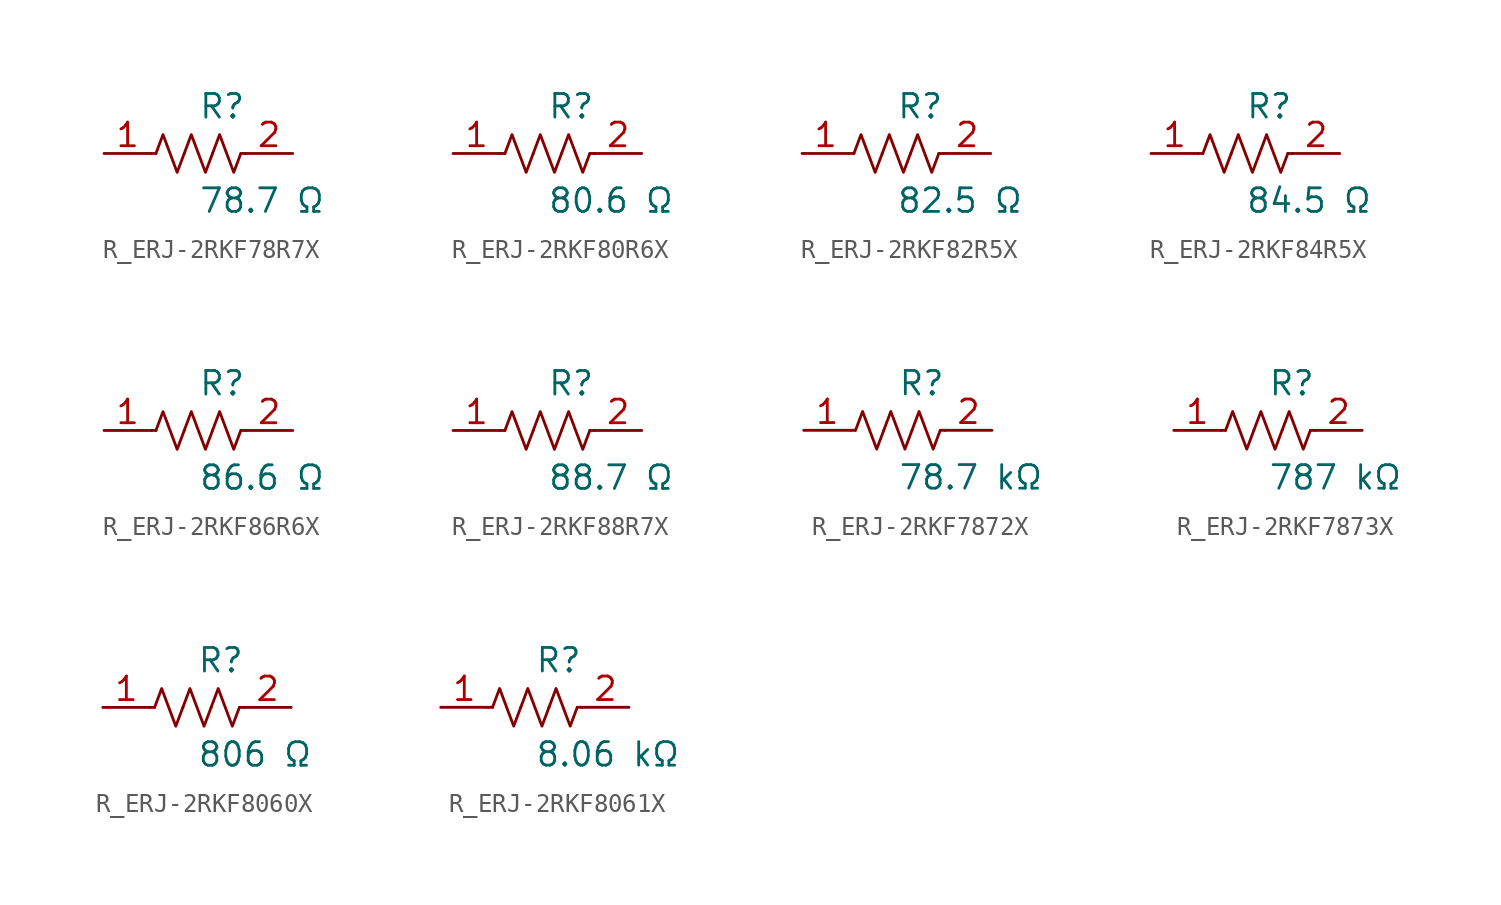
<source format=kicad_sym>
(kicad_symbol_lib
  (version 20231120)
  (generator kicad_symbol_editor)
  (generator_version 8.0)
  (symbol "R_ERJ-2RKF78R7X"
    (pin_names
      (offset 0.254))
    (property "Reference" "R"
      (at 0 2.54 0)
      (effects (font (size 1.27 1.27)) (justify left)))
    (property "Value" "78.7 Ω"
      (at 0 -2.54 0)
      (effects (font (size 1.27 1.27)) (justify left)))
    (symbol "R_ERJ-2RKF78R7X_0_1"
      (polyline (pts (xy 2.286 0) (xy 2.54 0)) (stroke (width 0) (type default)) (fill (type none)))
      (polyline (pts (xy -2.286 0) (xy -2.54 0)) (stroke (width 0) (type default)) (fill (type none)))
      (polyline (pts (xy 0.762 0) (xy 1.143 1.016) (xy 1.524 0) (xy 1.905 -1.016) (xy 2.286 0)) (stroke (width 0) (type default)) (fill (type none)))
      (polyline (pts (xy -0.762 0) (xy -0.381 1.016) (xy 0 0) (xy 0.381 -1.016) (xy 0.762 0)) (stroke (width 0) (type default)) (fill (type none)))
      (polyline (pts (xy -2.286 0) (xy -1.905 1.016) (xy -1.524 0) (xy -1.143 -1.016) (xy -0.762 0)) (stroke (width 0) (type default)) (fill (type none))))
    (pin unspecified line
      (at -5.08 0 0)
      (length 2.54)
      (name "" (effects (font (size 1.27 1.27))))
      (number "1" (effects (font (size 1.27 1.27)))))
    (pin unspecified line
      (at 5.08 0 180)
      (length 2.54)
      (name "" (effects (font (size 1.27 1.27))))
      (number "2" (effects (font (size 1.27 1.27))))))
  (symbol "R_ERJ-2RKF80R6X"
    (pin_names
      (offset 0.254))
    (property "Reference" "R"
      (at 0 2.54 0)
      (effects (font (size 1.27 1.27)) (justify left)))
    (property "Value" "80.6 Ω"
      (at 0 -2.54 0)
      (effects (font (size 1.27 1.27)) (justify left)))
    (symbol "R_ERJ-2RKF80R6X_0_1"
      (polyline (pts (xy 2.286 0) (xy 2.54 0)) (stroke (width 0) (type default)) (fill (type none)))
      (polyline (pts (xy -2.286 0) (xy -2.54 0)) (stroke (width 0) (type default)) (fill (type none)))
      (polyline (pts (xy 0.762 0) (xy 1.143 1.016) (xy 1.524 0) (xy 1.905 -1.016) (xy 2.286 0)) (stroke (width 0) (type default)) (fill (type none)))
      (polyline (pts (xy -0.762 0) (xy -0.381 1.016) (xy 0 0) (xy 0.381 -1.016) (xy 0.762 0)) (stroke (width 0) (type default)) (fill (type none)))
      (polyline (pts (xy -2.286 0) (xy -1.905 1.016) (xy -1.524 0) (xy -1.143 -1.016) (xy -0.762 0)) (stroke (width 0) (type default)) (fill (type none))))
    (pin unspecified line
      (at -5.08 0 0)
      (length 2.54)
      (name "" (effects (font (size 1.27 1.27))))
      (number "1" (effects (font (size 1.27 1.27)))))
    (pin unspecified line
      (at 5.08 0 180)
      (length 2.54)
      (name "" (effects (font (size 1.27 1.27))))
      (number "2" (effects (font (size 1.27 1.27))))))
  (symbol "R_ERJ-2RKF82R5X"
    (pin_names
      (offset 0.254))
    (property "Reference" "R"
      (at 0 2.54 0)
      (effects (font (size 1.27 1.27)) (justify left)))
    (property "Value" "82.5 Ω"
      (at 0 -2.54 0)
      (effects (font (size 1.27 1.27)) (justify left)))
    (symbol "R_ERJ-2RKF82R5X_0_1"
      (polyline (pts (xy 2.286 0) (xy 2.54 0)) (stroke (width 0) (type default)) (fill (type none)))
      (polyline (pts (xy -2.286 0) (xy -2.54 0)) (stroke (width 0) (type default)) (fill (type none)))
      (polyline (pts (xy 0.762 0) (xy 1.143 1.016) (xy 1.524 0) (xy 1.905 -1.016) (xy 2.286 0)) (stroke (width 0) (type default)) (fill (type none)))
      (polyline (pts (xy -0.762 0) (xy -0.381 1.016) (xy 0 0) (xy 0.381 -1.016) (xy 0.762 0)) (stroke (width 0) (type default)) (fill (type none)))
      (polyline (pts (xy -2.286 0) (xy -1.905 1.016) (xy -1.524 0) (xy -1.143 -1.016) (xy -0.762 0)) (stroke (width 0) (type default)) (fill (type none))))
    (pin unspecified line
      (at -5.08 0 0)
      (length 2.54)
      (name "" (effects (font (size 1.27 1.27))))
      (number "1" (effects (font (size 1.27 1.27)))))
    (pin unspecified line
      (at 5.08 0 180)
      (length 2.54)
      (name "" (effects (font (size 1.27 1.27))))
      (number "2" (effects (font (size 1.27 1.27))))))
  (symbol "R_ERJ-2RKF84R5X"
    (pin_names
      (offset 0.254))
    (property "Reference" "R"
      (at 0 2.54 0)
      (effects (font (size 1.27 1.27)) (justify left)))
    (property "Value" "84.5 Ω"
      (at 0 -2.54 0)
      (effects (font (size 1.27 1.27)) (justify left)))
    (symbol "R_ERJ-2RKF84R5X_0_1"
      (polyline (pts (xy 2.286 0) (xy 2.54 0)) (stroke (width 0) (type default)) (fill (type none)))
      (polyline (pts (xy -2.286 0) (xy -2.54 0)) (stroke (width 0) (type default)) (fill (type none)))
      (polyline (pts (xy 0.762 0) (xy 1.143 1.016) (xy 1.524 0) (xy 1.905 -1.016) (xy 2.286 0)) (stroke (width 0) (type default)) (fill (type none)))
      (polyline (pts (xy -0.762 0) (xy -0.381 1.016) (xy 0 0) (xy 0.381 -1.016) (xy 0.762 0)) (stroke (width 0) (type default)) (fill (type none)))
      (polyline (pts (xy -2.286 0) (xy -1.905 1.016) (xy -1.524 0) (xy -1.143 -1.016) (xy -0.762 0)) (stroke (width 0) (type default)) (fill (type none))))
    (pin unspecified line
      (at -5.08 0 0)
      (length 2.54)
      (name "" (effects (font (size 1.27 1.27))))
      (number "1" (effects (font (size 1.27 1.27)))))
    (pin unspecified line
      (at 5.08 0 180)
      (length 2.54)
      (name "" (effects (font (size 1.27 1.27))))
      (number "2" (effects (font (size 1.27 1.27))))))
  (symbol "R_ERJ-2RKF86R6X"
    (pin_names
      (offset 0.254))
    (property "Reference" "R"
      (at 0 2.54 0)
      (effects (font (size 1.27 1.27)) (justify left)))
    (property "Value" "86.6 Ω"
      (at 0 -2.54 0)
      (effects (font (size 1.27 1.27)) (justify left)))
    (symbol "R_ERJ-2RKF86R6X_0_1"
      (polyline (pts (xy 2.286 0) (xy 2.54 0)) (stroke (width 0) (type default)) (fill (type none)))
      (polyline (pts (xy -2.286 0) (xy -2.54 0)) (stroke (width 0) (type default)) (fill (type none)))
      (polyline (pts (xy 0.762 0) (xy 1.143 1.016) (xy 1.524 0) (xy 1.905 -1.016) (xy 2.286 0)) (stroke (width 0) (type default)) (fill (type none)))
      (polyline (pts (xy -0.762 0) (xy -0.381 1.016) (xy 0 0) (xy 0.381 -1.016) (xy 0.762 0)) (stroke (width 0) (type default)) (fill (type none)))
      (polyline (pts (xy -2.286 0) (xy -1.905 1.016) (xy -1.524 0) (xy -1.143 -1.016) (xy -0.762 0)) (stroke (width 0) (type default)) (fill (type none))))
    (pin unspecified line
      (at -5.08 0 0)
      (length 2.54)
      (name "" (effects (font (size 1.27 1.27))))
      (number "1" (effects (font (size 1.27 1.27)))))
    (pin unspecified line
      (at 5.08 0 180)
      (length 2.54)
      (name "" (effects (font (size 1.27 1.27))))
      (number "2" (effects (font (size 1.27 1.27))))))
  (symbol "R_ERJ-2RKF88R7X"
    (pin_names
      (offset 0.254))
    (property "Reference" "R"
      (at 0 2.54 0)
      (effects (font (size 1.27 1.27)) (justify left)))
    (property "Value" "88.7 Ω"
      (at 0 -2.54 0)
      (effects (font (size 1.27 1.27)) (justify left)))
    (symbol "R_ERJ-2RKF88R7X_0_1"
      (polyline (pts (xy 2.286 0) (xy 2.54 0)) (stroke (width 0) (type default)) (fill (type none)))
      (polyline (pts (xy -2.286 0) (xy -2.54 0)) (stroke (width 0) (type default)) (fill (type none)))
      (polyline (pts (xy 0.762 0) (xy 1.143 1.016) (xy 1.524 0) (xy 1.905 -1.016) (xy 2.286 0)) (stroke (width 0) (type default)) (fill (type none)))
      (polyline (pts (xy -0.762 0) (xy -0.381 1.016) (xy 0 0) (xy 0.381 -1.016) (xy 0.762 0)) (stroke (width 0) (type default)) (fill (type none)))
      (polyline (pts (xy -2.286 0) (xy -1.905 1.016) (xy -1.524 0) (xy -1.143 -1.016) (xy -0.762 0)) (stroke (width 0) (type default)) (fill (type none))))
    (pin unspecified line
      (at -5.08 0 0)
      (length 2.54)
      (name "" (effects (font (size 1.27 1.27))))
      (number "1" (effects (font (size 1.27 1.27)))))
    (pin unspecified line
      (at 5.08 0 180)
      (length 2.54)
      (name "" (effects (font (size 1.27 1.27))))
      (number "2" (effects (font (size 1.27 1.27))))))
  (symbol "R_ERJ-2RKF7872X"
    (pin_names
      (offset 0.254))
    (property "Reference" "R"
      (at 0 2.54 0)
      (effects (font (size 1.27 1.27)) (justify left)))
    (property "Value" "78.7 kΩ"
      (at 0 -2.54 0)
      (effects (font (size 1.27 1.27)) (justify left)))
    (symbol "R_ERJ-2RKF7872X_0_1"
      (polyline (pts (xy 2.286 0) (xy 2.54 0)) (stroke (width 0) (type default)) (fill (type none)))
      (polyline (pts (xy -2.286 0) (xy -2.54 0)) (stroke (width 0) (type default)) (fill (type none)))
      (polyline (pts (xy 0.762 0) (xy 1.143 1.016) (xy 1.524 0) (xy 1.905 -1.016) (xy 2.286 0)) (stroke (width 0) (type default)) (fill (type none)))
      (polyline (pts (xy -0.762 0) (xy -0.381 1.016) (xy 0 0) (xy 0.381 -1.016) (xy 0.762 0)) (stroke (width 0) (type default)) (fill (type none)))
      (polyline (pts (xy -2.286 0) (xy -1.905 1.016) (xy -1.524 0) (xy -1.143 -1.016) (xy -0.762 0)) (stroke (width 0) (type default)) (fill (type none))))
    (pin unspecified line
      (at -5.08 0 0)
      (length 2.54)
      (name "" (effects (font (size 1.27 1.27))))
      (number "1" (effects (font (size 1.27 1.27)))))
    (pin unspecified line
      (at 5.08 0 180)
      (length 2.54)
      (name "" (effects (font (size 1.27 1.27))))
      (number "2" (effects (font (size 1.27 1.27))))))
  (symbol "R_ERJ-2RKF7873X"
    (pin_names
      (offset 0.254))
    (property "Reference" "R"
      (at 0 2.54 0)
      (effects (font (size 1.27 1.27)) (justify left)))
    (property "Value" "787 kΩ"
      (at 0 -2.54 0)
      (effects (font (size 1.27 1.27)) (justify left)))
    (symbol "R_ERJ-2RKF7873X_0_1"
      (polyline (pts (xy 2.286 0) (xy 2.54 0)) (stroke (width 0) (type default)) (fill (type none)))
      (polyline (pts (xy -2.286 0) (xy -2.54 0)) (stroke (width 0) (type default)) (fill (type none)))
      (polyline (pts (xy 0.762 0) (xy 1.143 1.016) (xy 1.524 0) (xy 1.905 -1.016) (xy 2.286 0)) (stroke (width 0) (type default)) (fill (type none)))
      (polyline (pts (xy -0.762 0) (xy -0.381 1.016) (xy 0 0) (xy 0.381 -1.016) (xy 0.762 0)) (stroke (width 0) (type default)) (fill (type none)))
      (polyline (pts (xy -2.286 0) (xy -1.905 1.016) (xy -1.524 0) (xy -1.143 -1.016) (xy -0.762 0)) (stroke (width 0) (type default)) (fill (type none))))
    (pin unspecified line
      (at -5.08 0 0)
      (length 2.54)
      (name "" (effects (font (size 1.27 1.27))))
      (number "1" (effects (font (size 1.27 1.27)))))
    (pin unspecified line
      (at 5.08 0 180)
      (length 2.54)
      (name "" (effects (font (size 1.27 1.27))))
      (number "2" (effects (font (size 1.27 1.27))))))
  (symbol "R_ERJ-2RKF8060X"
    (pin_names
      (offset 0.254))
    (property "Reference" "R"
      (at 0 2.54 0)
      (effects (font (size 1.27 1.27)) (justify left)))
    (property "Value" "806 Ω"
      (at 0 -2.54 0)
      (effects (font (size 1.27 1.27)) (justify left)))
    (symbol "R_ERJ-2RKF8060X_0_1"
      (polyline (pts (xy 2.286 0) (xy 2.54 0)) (stroke (width 0) (type default)) (fill (type none)))
      (polyline (pts (xy -2.286 0) (xy -2.54 0)) (stroke (width 0) (type default)) (fill (type none)))
      (polyline (pts (xy 0.762 0) (xy 1.143 1.016) (xy 1.524 0) (xy 1.905 -1.016) (xy 2.286 0)) (stroke (width 0) (type default)) (fill (type none)))
      (polyline (pts (xy -0.762 0) (xy -0.381 1.016) (xy 0 0) (xy 0.381 -1.016) (xy 0.762 0)) (stroke (width 0) (type default)) (fill (type none)))
      (polyline (pts (xy -2.286 0) (xy -1.905 1.016) (xy -1.524 0) (xy -1.143 -1.016) (xy -0.762 0)) (stroke (width 0) (type default)) (fill (type none))))
    (pin unspecified line
      (at -5.08 0 0)
      (length 2.54)
      (name "" (effects (font (size 1.27 1.27))))
      (number "1" (effects (font (size 1.27 1.27)))))
    (pin unspecified line
      (at 5.08 0 180)
      (length 2.54)
      (name "" (effects (font (size 1.27 1.27))))
      (number "2" (effects (font (size 1.27 1.27))))))
  (symbol "R_ERJ-2RKF8061X"
    (pin_names
      (offset 0.254))
    (property "Reference" "R"
      (at 0 2.54 0)
      (effects (font (size 1.27 1.27)) (justify left)))
    (property "Value" "8.06 kΩ"
      (at 0 -2.54 0)
      (effects (font (size 1.27 1.27)) (justify left)))
    (symbol "R_ERJ-2RKF8061X_0_1"
      (polyline (pts (xy 2.286 0) (xy 2.54 0)) (stroke (width 0) (type default)) (fill (type none)))
      (polyline (pts (xy -2.286 0) (xy -2.54 0)) (stroke (width 0) (type default)) (fill (type none)))
      (polyline (pts (xy 0.762 0) (xy 1.143 1.016) (xy 1.524 0) (xy 1.905 -1.016) (xy 2.286 0)) (stroke (width 0) (type default)) (fill (type none)))
      (polyline (pts (xy -0.762 0) (xy -0.381 1.016) (xy 0 0) (xy 0.381 -1.016) (xy 0.762 0)) (stroke (width 0) (type default)) (fill (type none)))
      (polyline (pts (xy -2.286 0) (xy -1.905 1.016) (xy -1.524 0) (xy -1.143 -1.016) (xy -0.762 0)) (stroke (width 0) (type default)) (fill (type none))))
    (pin unspecified line
      (at -5.08 0 0)
      (length 2.54)
      (name "" (effects (font (size 1.27 1.27))))
      (number "1" (effects (font (size 1.27 1.27)))))
    (pin unspecified line
      (at 5.08 0 180)
      (length 2.54)
      (name "" (effects (font (size 1.27 1.27))))
      (number "2" (effects (font (size 1.27 1.27)))))))
</source>
